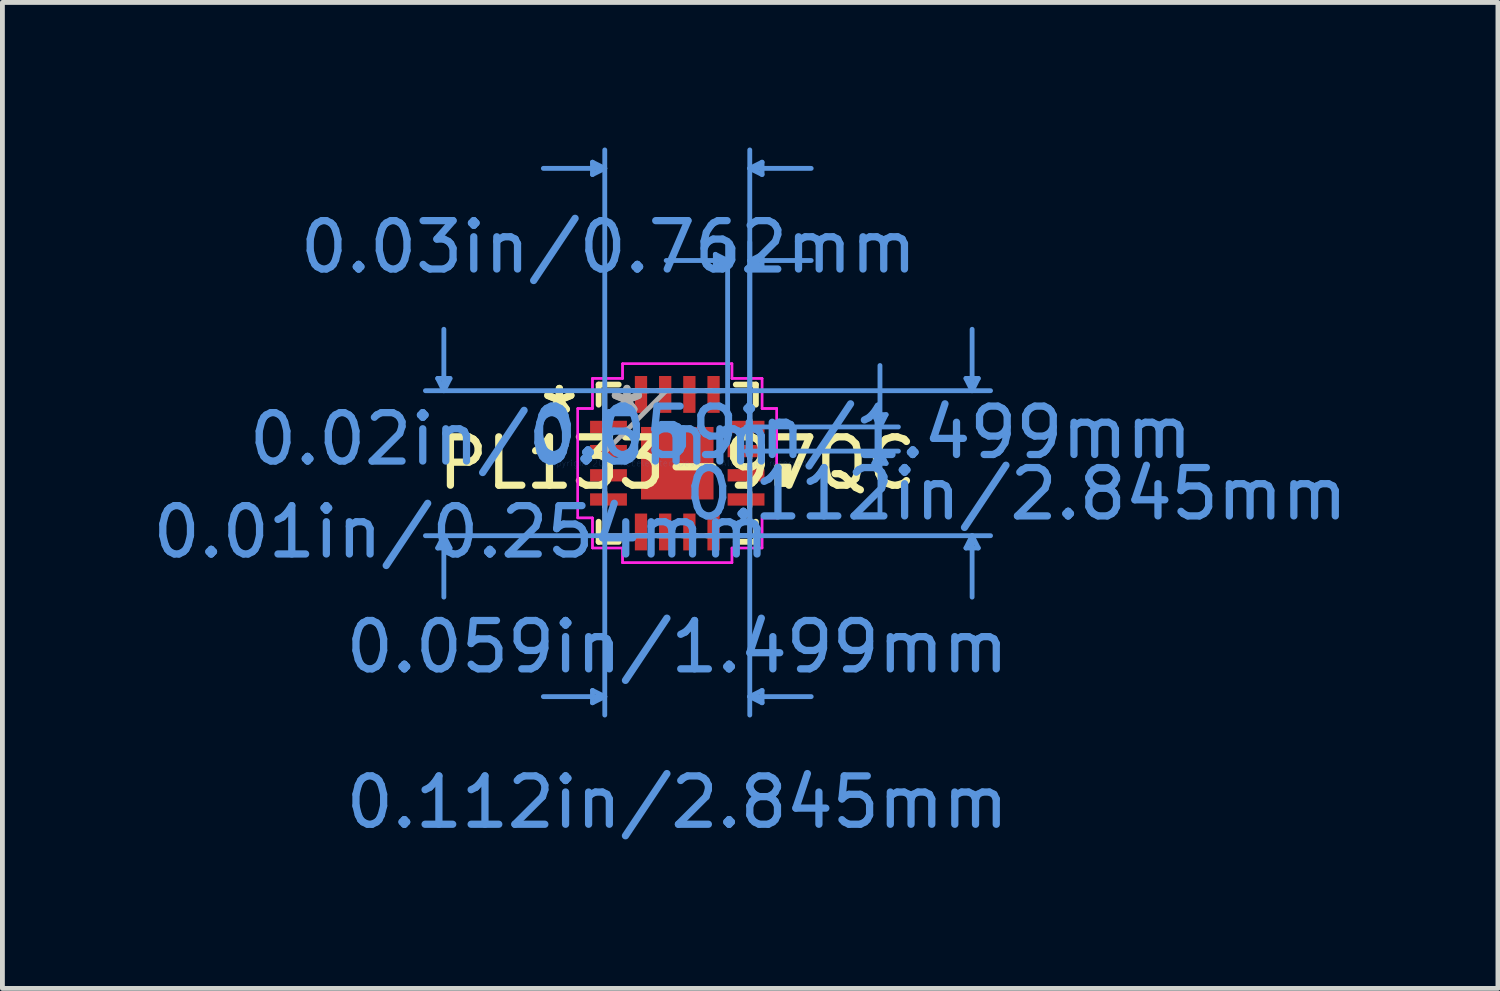
<source format=kicad_pcb>
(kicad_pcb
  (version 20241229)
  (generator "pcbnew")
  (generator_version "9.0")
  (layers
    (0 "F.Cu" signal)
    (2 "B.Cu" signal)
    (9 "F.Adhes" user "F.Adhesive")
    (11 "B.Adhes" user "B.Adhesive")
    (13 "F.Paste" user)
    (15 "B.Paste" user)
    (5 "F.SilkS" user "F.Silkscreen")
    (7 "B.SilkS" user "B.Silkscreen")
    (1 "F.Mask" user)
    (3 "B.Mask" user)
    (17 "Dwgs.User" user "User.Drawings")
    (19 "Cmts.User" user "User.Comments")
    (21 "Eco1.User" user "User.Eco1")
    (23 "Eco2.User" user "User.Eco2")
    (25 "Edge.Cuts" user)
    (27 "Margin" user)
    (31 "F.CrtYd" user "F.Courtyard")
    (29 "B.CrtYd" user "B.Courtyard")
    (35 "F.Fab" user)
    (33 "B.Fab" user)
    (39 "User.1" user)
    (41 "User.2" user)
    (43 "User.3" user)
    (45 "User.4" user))
  (footprint "PL133-97QC"
    (layer "F.Cu")
    (at 10.953 6.527)
    (property "Reference" "PL133-97QC" (at 0 0 0) (layer "F.SilkS") (effects (font (size 1 1) (thickness 0.15))))
    (attr through_hole)
    (fp_line (start -1.626 -1.626) (end -1.626 -1.21) (stroke (width 0.12) (type solid)) (layer "F.SilkS"))
    (fp_line (start -1.626 1.21) (end -1.626 1.626) (stroke (width 0.12) (type solid)) (layer "F.SilkS"))
    (fp_line (start -1.626 1.626) (end -1.21 1.626) (stroke (width 0.12) (type solid)) (layer "F.SilkS"))
    (fp_line (start -1.21 -1.626) (end -1.626 -1.626) (stroke (width 0.12) (type solid)) (layer "F.SilkS"))
    (fp_line (start 1.21 1.626) (end 1.626 1.626) (stroke (width 0.12) (type solid)) (layer "F.SilkS"))
    (fp_line (start 1.626 -1.626) (end 1.21 -1.626) (stroke (width 0.12) (type solid)) (layer "F.SilkS"))
    (fp_line (start 1.626 -1.21) (end 1.626 -1.626) (stroke (width 0.12) (type solid)) (layer "F.SilkS"))
    (fp_line (start 1.626 1.626) (end 1.626 1.21) (stroke (width 0.12) (type solid)) (layer "F.SilkS"))
    (fp_poly (pts (xy 2.311 0.059) (xy 2.311 0.441) (xy 2.057 0.441) (xy 2.057 0.059)) (stroke (width 0.1) (type solid)) (fill yes) (layer "F.SilkS"))
    (fp_line (start -4.953 -1.753) (end -4.699 -1.753) (stroke (width 0.1) (type solid)) (layer "Cmts.User"))
    (fp_line (start -4.953 1.753) (end -4.699 1.753) (stroke (width 0.1) (type solid)) (layer "Cmts.User"))
    (fp_line (start -4.826 -1.499) (end -4.953 -1.753) (stroke (width 0.1) (type solid)) (layer "Cmts.User"))
    (fp_line (start -4.826 -1.499) (end -4.826 -2.769) (stroke (width 0.1) (type solid)) (layer "Cmts.User"))
    (fp_line (start -4.826 -1.499) (end -4.699 -1.753) (stroke (width 0.1) (type solid)) (layer "Cmts.User"))
    (fp_line (start -4.826 1.499) (end -4.953 1.753) (stroke (width 0.1) (type solid)) (layer "Cmts.User"))
    (fp_line (start -4.826 1.499) (end -4.826 2.769) (stroke (width 0.1) (type solid)) (layer "Cmts.User"))
    (fp_line (start -4.826 1.499) (end -4.699 1.753) (stroke (width 0.1) (type solid)) (layer "Cmts.User"))
    (fp_line (start -1.753 -6.223) (end -1.753 -5.969) (stroke (width 0.1) (type solid)) (layer "Cmts.User"))
    (fp_line (start -1.753 4.699) (end -1.753 4.953) (stroke (width 0.1) (type solid)) (layer "Cmts.User"))
    (fp_line (start -1.499 -6.096) (end -2.769 -6.096) (stroke (width 0.1) (type solid)) (layer "Cmts.User"))
    (fp_line (start -1.499 -6.096) (end -1.753 -6.223) (stroke (width 0.1) (type solid)) (layer "Cmts.User"))
    (fp_line (start -1.499 -6.096) (end -1.753 -5.969) (stroke (width 0.1) (type solid)) (layer "Cmts.User"))
    (fp_line (start -1.499 -1.499) (end -1.499 5.207) (stroke (width 0.1) (type solid)) (layer "Cmts.User"))
    (fp_line (start -1.499 -0.75) (end -1.499 -6.477) (stroke (width 0.1) (type solid)) (layer "Cmts.User"))
    (fp_line (start -1.499 4.826) (end -2.769 4.826) (stroke (width 0.1) (type solid)) (layer "Cmts.User"))
    (fp_line (start -1.499 4.826) (end -1.753 4.699) (stroke (width 0.1) (type solid)) (layer "Cmts.User"))
    (fp_line (start -1.499 4.826) (end -1.753 4.953) (stroke (width 0.1) (type solid)) (layer "Cmts.User"))
    (fp_line (start 0.75 -1.499) (end 6.477 -1.499) (stroke (width 0.1) (type solid)) (layer "Cmts.User"))
    (fp_line (start 0.75 1.499) (end 6.477 1.499) (stroke (width 0.1) (type solid)) (layer "Cmts.User"))
    (fp_line (start 0.787 -4.318) (end 0.787 -4.064) (stroke (width 0.1) (type solid)) (layer "Cmts.User"))
    (fp_line (start 1.041 -4.191) (end -0.229 -4.191) (stroke (width 0.1) (type solid)) (layer "Cmts.User"))
    (fp_line (start 1.041 -4.191) (end 0.787 -4.318) (stroke (width 0.1) (type solid)) (layer "Cmts.User"))
    (fp_line (start 1.041 -4.191) (end 0.787 -4.064) (stroke (width 0.1) (type solid)) (layer "Cmts.User"))
    (fp_line (start 1.041 -0.75) (end 1.041 -4.572) (stroke (width 0.1) (type solid)) (layer "Cmts.User"))
    (fp_line (start 1.422 -0.75) (end 4.572 -0.75) (stroke (width 0.1) (type solid)) (layer "Cmts.User"))
    (fp_line (start 1.422 -0.25) (end 4.572 -0.25) (stroke (width 0.1) (type solid)) (layer "Cmts.User"))
    (fp_line (start 1.499 -6.096) (end 1.753 -6.223) (stroke (width 0.1) (type solid)) (layer "Cmts.User"))
    (fp_line (start 1.499 -6.096) (end 1.753 -5.969) (stroke (width 0.1) (type solid)) (layer "Cmts.User"))
    (fp_line (start 1.499 -6.096) (end 2.769 -6.096) (stroke (width 0.1) (type solid)) (layer "Cmts.User"))
    (fp_line (start 1.499 -4.191) (end 1.753 -4.318) (stroke (width 0.1) (type solid)) (layer "Cmts.User"))
    (fp_line (start 1.499 -4.191) (end 1.753 -4.064) (stroke (width 0.1) (type solid)) (layer "Cmts.User"))
    (fp_line (start 1.499 -4.191) (end 2.769 -4.191) (stroke (width 0.1) (type solid)) (layer "Cmts.User"))
    (fp_line (start 1.499 -1.499) (end -5.207 -1.499) (stroke (width 0.1) (type solid)) (layer "Cmts.User"))
    (fp_line (start 1.499 -1.499) (end 1.499 5.207) (stroke (width 0.1) (type solid)) (layer "Cmts.User"))
    (fp_line (start 1.499 -0.75) (end 1.499 -6.477) (stroke (width 0.1) (type solid)) (layer "Cmts.User"))
    (fp_line (start 1.499 -0.75) (end 1.499 -4.572) (stroke (width 0.1) (type solid)) (layer "Cmts.User"))
    (fp_line (start 1.499 1.499) (end -5.207 1.499) (stroke (width 0.1) (type solid)) (layer "Cmts.User"))
    (fp_line (start 1.499 4.826) (end 1.753 4.699) (stroke (width 0.1) (type solid)) (layer "Cmts.User"))
    (fp_line (start 1.499 4.826) (end 1.753 4.953) (stroke (width 0.1) (type solid)) (layer "Cmts.User"))
    (fp_line (start 1.499 4.826) (end 2.769 4.826) (stroke (width 0.1) (type solid)) (layer "Cmts.User"))
    (fp_line (start 1.753 -6.223) (end 1.753 -5.969) (stroke (width 0.1) (type solid)) (layer "Cmts.User"))
    (fp_line (start 1.753 -4.318) (end 1.753 -4.064) (stroke (width 0.1) (type solid)) (layer "Cmts.User"))
    (fp_line (start 1.753 4.699) (end 1.753 4.953) (stroke (width 0.1) (type solid)) (layer "Cmts.User"))
    (fp_line (start 4.064 -1.004) (end 4.318 -1.004) (stroke (width 0.1) (type solid)) (layer "Cmts.User"))
    (fp_line (start 4.064 0.004) (end 4.318 0.004) (stroke (width 0.1) (type solid)) (layer "Cmts.User"))
    (fp_line (start 4.191 -0.75) (end 4.064 -1.004) (stroke (width 0.1) (type solid)) (layer "Cmts.User"))
    (fp_line (start 4.191 -0.75) (end 4.191 -2.02) (stroke (width 0.1) (type solid)) (layer "Cmts.User"))
    (fp_line (start 4.191 -0.75) (end 4.318 -1.004) (stroke (width 0.1) (type solid)) (layer "Cmts.User"))
    (fp_line (start 4.191 -0.25) (end 4.064 0.004) (stroke (width 0.1) (type solid)) (layer "Cmts.User"))
    (fp_line (start 4.191 -0.25) (end 4.191 1.02) (stroke (width 0.1) (type solid)) (layer "Cmts.User"))
    (fp_line (start 4.191 -0.25) (end 4.318 0.004) (stroke (width 0.1) (type solid)) (layer "Cmts.User"))
    (fp_line (start 5.969 -1.753) (end 6.223 -1.753) (stroke (width 0.1) (type solid)) (layer "Cmts.User"))
    (fp_line (start 5.969 1.753) (end 6.223 1.753) (stroke (width 0.1) (type solid)) (layer "Cmts.User"))
    (fp_line (start 6.096 -1.499) (end 5.969 -1.753) (stroke (width 0.1) (type solid)) (layer "Cmts.User"))
    (fp_line (start 6.096 -1.499) (end 6.096 -2.769) (stroke (width 0.1) (type solid)) (layer "Cmts.User"))
    (fp_line (start 6.096 -1.499) (end 6.223 -1.753) (stroke (width 0.1) (type solid)) (layer "Cmts.User"))
    (fp_line (start 6.096 1.499) (end 5.969 1.753) (stroke (width 0.1) (type solid)) (layer "Cmts.User"))
    (fp_line (start 6.096 1.499) (end 6.096 2.769) (stroke (width 0.1) (type solid)) (layer "Cmts.User"))
    (fp_line (start 6.096 1.499) (end 6.223 1.753) (stroke (width 0.1) (type solid)) (layer "Cmts.User"))
    (fp_line (start -2.057 -1.131) (end -1.753 -1.131) (stroke (width 0.05) (type solid)) (layer "F.CrtYd"))
    (fp_line (start -2.057 -1.131) (end -1.753 -1.131) (stroke (width 0.05) (type solid)) (layer "F.CrtYd"))
    (fp_line (start -2.057 1.131) (end -2.057 -1.131) (stroke (width 0.05) (type solid)) (layer "F.CrtYd"))
    (fp_line (start -2.057 1.131) (end -2.057 -1.131) (stroke (width 0.05) (type solid)) (layer "F.CrtYd"))
    (fp_line (start -1.753 -1.753) (end -1.131 -1.753) (stroke (width 0.05) (type solid)) (layer "F.CrtYd"))
    (fp_line (start -1.753 -1.753) (end -1.131 -1.753) (stroke (width 0.05) (type solid)) (layer "F.CrtYd"))
    (fp_line (start -1.753 -1.131) (end -1.753 -1.753) (stroke (width 0.05) (type solid)) (layer "F.CrtYd"))
    (fp_line (start -1.753 -1.131) (end -1.753 -1.753) (stroke (width 0.05) (type solid)) (layer "F.CrtYd"))
    (fp_line (start -1.753 1.131) (end -2.057 1.131) (stroke (width 0.05) (type solid)) (layer "F.CrtYd"))
    (fp_line (start -1.753 1.131) (end -2.057 1.131) (stroke (width 0.05) (type solid)) (layer "F.CrtYd"))
    (fp_line (start -1.753 1.753) (end -1.753 1.131) (stroke (width 0.05) (type solid)) (layer "F.CrtYd"))
    (fp_line (start -1.753 1.753) (end -1.753 1.131) (stroke (width 0.05) (type solid)) (layer "F.CrtYd"))
    (fp_line (start -1.131 -2.057) (end 1.131 -2.057) (stroke (width 0.05) (type solid)) (layer "F.CrtYd"))
    (fp_line (start -1.131 -2.057) (end 1.131 -2.057) (stroke (width 0.05) (type solid)) (layer "F.CrtYd"))
    (fp_line (start -1.131 -1.753) (end -1.131 -2.057) (stroke (width 0.05) (type solid)) (layer "F.CrtYd"))
    (fp_line (start -1.131 -1.753) (end -1.131 -2.057) (stroke (width 0.05) (type solid)) (layer "F.CrtYd"))
    (fp_line (start -1.131 1.753) (end -1.753 1.753) (stroke (width 0.05) (type solid)) (layer "F.CrtYd"))
    (fp_line (start -1.131 1.753) (end -1.753 1.753) (stroke (width 0.05) (type solid)) (layer "F.CrtYd"))
    (fp_line (start -1.131 2.057) (end -1.131 1.753) (stroke (width 0.05) (type solid)) (layer "F.CrtYd"))
    (fp_line (start -1.131 2.057) (end -1.131 1.753) (stroke (width 0.05) (type solid)) (layer "F.CrtYd"))
    (fp_line (start 1.131 -2.057) (end 1.131 -1.753) (stroke (width 0.05) (type solid)) (layer "F.CrtYd"))
    (fp_line (start 1.131 -2.057) (end 1.131 -1.753) (stroke (width 0.05) (type solid)) (layer "F.CrtYd"))
    (fp_line (start 1.131 -1.753) (end 1.753 -1.753) (stroke (width 0.05) (type solid)) (layer "F.CrtYd"))
    (fp_line (start 1.131 -1.753) (end 1.753 -1.753) (stroke (width 0.05) (type solid)) (layer "F.CrtYd"))
    (fp_line (start 1.131 1.753) (end 1.131 2.057) (stroke (width 0.05) (type solid)) (layer "F.CrtYd"))
    (fp_line (start 1.131 1.753) (end 1.131 2.057) (stroke (width 0.05) (type solid)) (layer "F.CrtYd"))
    (fp_line (start 1.131 2.057) (end -1.131 2.057) (stroke (width 0.05) (type solid)) (layer "F.CrtYd"))
    (fp_line (start 1.131 2.057) (end -1.131 2.057) (stroke (width 0.05) (type solid)) (layer "F.CrtYd"))
    (fp_line (start 1.753 -1.753) (end 1.753 -1.131) (stroke (width 0.05) (type solid)) (layer "F.CrtYd"))
    (fp_line (start 1.753 -1.753) (end 1.753 -1.131) (stroke (width 0.05) (type solid)) (layer "F.CrtYd"))
    (fp_line (start 1.753 -1.131) (end 2.057 -1.131) (stroke (width 0.05) (type solid)) (layer "F.CrtYd"))
    (fp_line (start 1.753 -1.131) (end 2.057 -1.131) (stroke (width 0.05) (type solid)) (layer "F.CrtYd"))
    (fp_line (start 1.753 1.131) (end 1.753 1.753) (stroke (width 0.05) (type solid)) (layer "F.CrtYd"))
    (fp_line (start 1.753 1.131) (end 1.753 1.753) (stroke (width 0.05) (type solid)) (layer "F.CrtYd"))
    (fp_line (start 1.753 1.753) (end 1.131 1.753) (stroke (width 0.05) (type solid)) (layer "F.CrtYd"))
    (fp_line (start 1.753 1.753) (end 1.131 1.753) (stroke (width 0.05) (type solid)) (layer "F.CrtYd"))
    (fp_line (start 2.057 -1.131) (end 2.057 1.131) (stroke (width 0.05) (type solid)) (layer "F.CrtYd"))
    (fp_line (start 2.057 -1.131) (end 2.057 1.131) (stroke (width 0.05) (type solid)) (layer "F.CrtYd"))
    (fp_line (start 2.057 1.131) (end 1.753 1.131) (stroke (width 0.05) (type solid)) (layer "F.CrtYd"))
    (fp_line (start 2.057 1.131) (end 1.753 1.131) (stroke (width 0.05) (type solid)) (layer "F.CrtYd"))
    (fp_line (start -1.499 -1.499) (end -1.499 -1.499) (stroke (width 0.1) (type solid)) (layer "F.Fab"))
    (fp_line (start -1.499 -1.499) (end -1.499 1.499) (stroke (width 0.1) (type solid)) (layer "F.Fab"))
    (fp_line (start -1.499 -0.902) (end -1.499 -0.902) (stroke (width 0.1) (type solid)) (layer "F.Fab"))
    (fp_line (start -1.499 -0.902) (end -1.499 -0.598) (stroke (width 0.1) (type solid)) (layer "F.Fab"))
    (fp_line (start -1.499 -0.598) (end -1.499 -0.902) (stroke (width 0.1) (type solid)) (layer "F.Fab"))
    (fp_line (start -1.499 -0.598) (end -1.499 -0.598) (stroke (width 0.1) (type solid)) (layer "F.Fab"))
    (fp_line (start -1.499 -0.402) (end -1.499 -0.402) (stroke (width 0.1) (type solid)) (layer "F.Fab"))
    (fp_line (start -1.499 -0.402) (end -1.499 -0.098) (stroke (width 0.1) (type solid)) (layer "F.Fab"))
    (fp_line (start -1.499 -0.229) (end -0.229 -1.499) (stroke (width 0.1) (type solid)) (layer "F.Fab"))
    (fp_line (start -1.499 -0.098) (end -1.499 -0.402) (stroke (width 0.1) (type solid)) (layer "F.Fab"))
    (fp_line (start -1.499 -0.098) (end -1.499 -0.098) (stroke (width 0.1) (type solid)) (layer "F.Fab"))
    (fp_line (start -1.499 0.098) (end -1.499 0.098) (stroke (width 0.1) (type solid)) (layer "F.Fab"))
    (fp_line (start -1.499 0.098) (end -1.499 0.402) (stroke (width 0.1) (type solid)) (layer "F.Fab"))
    (fp_line (start -1.499 0.402) (end -1.499 0.098) (stroke (width 0.1) (type solid)) (layer "F.Fab"))
    (fp_line (start -1.499 0.402) (end -1.499 0.402) (stroke (width 0.1) (type solid)) (layer "F.Fab"))
    (fp_line (start -1.499 0.598) (end -1.499 0.598) (stroke (width 0.1) (type solid)) (layer "F.Fab"))
    (fp_line (start -1.499 0.598) (end -1.499 0.902) (stroke (width 0.1) (type solid)) (layer "F.Fab"))
    (fp_line (start -1.499 0.902) (end -1.499 0.598) (stroke (width 0.1) (type solid)) (layer "F.Fab"))
    (fp_line (start -1.499 0.902) (end -1.499 0.902) (stroke (width 0.1) (type solid)) (layer "F.Fab"))
    (fp_line (start -1.499 1.499) (end -1.499 1.499) (stroke (width 0.1) (type solid)) (layer "F.Fab"))
    (fp_line (start -1.499 1.499) (end 1.499 1.499) (stroke (width 0.1) (type solid)) (layer "F.Fab"))
    (fp_line (start -0.902 -1.499) (end -0.902 -1.499) (stroke (width 0.1) (type solid)) (layer "F.Fab"))
    (fp_line (start -0.902 -1.499) (end -0.598 -1.499) (stroke (width 0.1) (type solid)) (layer "F.Fab"))
    (fp_line (start -0.902 1.499) (end -0.902 1.499) (stroke (width 0.1) (type solid)) (layer "F.Fab"))
    (fp_line (start -0.902 1.499) (end -0.598 1.499) (stroke (width 0.1) (type solid)) (layer "F.Fab"))
    (fp_line (start -0.598 -1.499) (end -0.902 -1.499) (stroke (width 0.1) (type solid)) (layer "F.Fab"))
    (fp_line (start -0.598 -1.499) (end -0.598 -1.499) (stroke (width 0.1) (type solid)) (layer "F.Fab"))
    (fp_line (start -0.598 1.499) (end -0.902 1.499) (stroke (width 0.1) (type solid)) (layer "F.Fab"))
    (fp_line (start -0.598 1.499) (end -0.598 1.499) (stroke (width 0.1) (type solid)) (layer "F.Fab"))
    (fp_line (start -0.402 -1.499) (end -0.402 -1.499) (stroke (width 0.1) (type solid)) (layer "F.Fab"))
    (fp_line (start -0.402 -1.499) (end -0.098 -1.499) (stroke (width 0.1) (type solid)) (layer "F.Fab"))
    (fp_line (start -0.402 1.499) (end -0.402 1.499) (stroke (width 0.1) (type solid)) (layer "F.Fab"))
    (fp_line (start -0.402 1.499) (end -0.098 1.499) (stroke (width 0.1) (type solid)) (layer "F.Fab"))
    (fp_line (start -0.098 -1.499) (end -0.402 -1.499) (stroke (width 0.1) (type solid)) (layer "F.Fab"))
    (fp_line (start -0.098 -1.499) (end -0.098 -1.499) (stroke (width 0.1) (type solid)) (layer "F.Fab"))
    (fp_line (start -0.098 1.499) (end -0.402 1.499) (stroke (width 0.1) (type solid)) (layer "F.Fab"))
    (fp_line (start -0.098 1.499) (end -0.098 1.499) (stroke (width 0.1) (type solid)) (layer "F.Fab"))
    (fp_line (start 0.098 -1.499) (end 0.098 -1.499) (stroke (width 0.1) (type solid)) (layer "F.Fab"))
    (fp_line (start 0.098 -1.499) (end 0.402 -1.499) (stroke (width 0.1) (type solid)) (layer "F.Fab"))
    (fp_line (start 0.098 1.499) (end 0.098 1.499) (stroke (width 0.1) (type solid)) (layer "F.Fab"))
    (fp_line (start 0.098 1.499) (end 0.402 1.499) (stroke (width 0.1) (type solid)) (layer "F.Fab"))
    (fp_line (start 0.402 -1.499) (end 0.098 -1.499) (stroke (width 0.1) (type solid)) (layer "F.Fab"))
    (fp_line (start 0.402 -1.499) (end 0.402 -1.499) (stroke (width 0.1) (type solid)) (layer "F.Fab"))
    (fp_line (start 0.402 1.499) (end 0.098 1.499) (stroke (width 0.1) (type solid)) (layer "F.Fab"))
    (fp_line (start 0.402 1.499) (end 0.402 1.499) (stroke (width 0.1) (type solid)) (layer "F.Fab"))
    (fp_line (start 0.598 -1.499) (end 0.598 -1.499) (stroke (width 0.1) (type solid)) (layer "F.Fab"))
    (fp_line (start 0.598 -1.499) (end 0.902 -1.499) (stroke (width 0.1) (type solid)) (layer "F.Fab"))
    (fp_line (start 0.598 1.499) (end 0.598 1.499) (stroke (width 0.1) (type solid)) (layer "F.Fab"))
    (fp_line (start 0.598 1.499) (end 0.902 1.499) (stroke (width 0.1) (type solid)) (layer "F.Fab"))
    (fp_line (start 0.902 -1.499) (end 0.598 -1.499) (stroke (width 0.1) (type solid)) (layer "F.Fab"))
    (fp_line (start 0.902 -1.499) (end 0.902 -1.499) (stroke (width 0.1) (type solid)) (layer "F.Fab"))
    (fp_line (start 0.902 1.499) (end 0.598 1.499) (stroke (width 0.1) (type solid)) (layer "F.Fab"))
    (fp_line (start 0.902 1.499) (end 0.902 1.499) (stroke (width 0.1) (type solid)) (layer "F.Fab"))
    (fp_line (start 1.499 -1.499) (end -1.499 -1.499) (stroke (width 0.1) (type solid)) (layer "F.Fab"))
    (fp_line (start 1.499 -1.499) (end 1.499 -1.499) (stroke (width 0.1) (type solid)) (layer "F.Fab"))
    (fp_line (start 1.499 -0.902) (end 1.499 -0.902) (stroke (width 0.1) (type solid)) (layer "F.Fab"))
    (fp_line (start 1.499 -0.902) (end 1.499 -0.598) (stroke (width 0.1) (type solid)) (layer "F.Fab"))
    (fp_line (start 1.499 -0.598) (end 1.499 -0.902) (stroke (width 0.1) (type solid)) (layer "F.Fab"))
    (fp_line (start 1.499 -0.598) (end 1.499 -0.598) (stroke (width 0.1) (type solid)) (layer "F.Fab"))
    (fp_line (start 1.499 -0.402) (end 1.499 -0.402) (stroke (width 0.1) (type solid)) (layer "F.Fab"))
    (fp_line (start 1.499 -0.402) (end 1.499 -0.098) (stroke (width 0.1) (type solid)) (layer "F.Fab"))
    (fp_line (start 1.499 -0.098) (end 1.499 -0.402) (stroke (width 0.1) (type solid)) (layer "F.Fab"))
    (fp_line (start 1.499 -0.098) (end 1.499 -0.098) (stroke (width 0.1) (type solid)) (layer "F.Fab"))
    (fp_line (start 1.499 0.098) (end 1.499 0.098) (stroke (width 0.1) (type solid)) (layer "F.Fab"))
    (fp_line (start 1.499 0.098) (end 1.499 0.402) (stroke (width 0.1) (type solid)) (layer "F.Fab"))
    (fp_line (start 1.499 0.402) (end 1.499 0.098) (stroke (width 0.1) (type solid)) (layer "F.Fab"))
    (fp_line (start 1.499 0.402) (end 1.499 0.402) (stroke (width 0.1) (type solid)) (layer "F.Fab"))
    (fp_line (start 1.499 0.598) (end 1.499 0.598) (stroke (width 0.1) (type solid)) (layer "F.Fab"))
    (fp_line (start 1.499 0.598) (end 1.499 0.902) (stroke (width 0.1) (type solid)) (layer "F.Fab"))
    (fp_line (start 1.499 0.902) (end 1.499 0.598) (stroke (width 0.1) (type solid)) (layer "F.Fab"))
    (fp_line (start 1.499 0.902) (end 1.499 0.902) (stroke (width 0.1) (type solid)) (layer "F.Fab"))
    (fp_line (start 1.499 1.499) (end 1.499 -1.499) (stroke (width 0.1) (type solid)) (layer "F.Fab"))
    (fp_line (start 1.499 1.499) (end 1.499 1.499) (stroke (width 0.1) (type solid)) (layer "F.Fab"))
    (fp_text user "*" (at -2.438 -1 0) (layer "F.SilkS") (effects (font (size 1 1) (thickness 0.15))))
    (fp_text user "*" (at -2.438 -1 0) (layer "F.SilkS") (effects (font (size 1 1) (thickness 0.15))))
    (fp_text user "0.059in/1.499mm" (at 0 3.797 0) (layer "Cmts.User") (effects (font (size 1 1) (thickness 0.15))))
    (fp_text user "Copyright 2021 Accelerated Designs. All rights reserved." (at 0 0 0) (layer "Cmts.User") (effects (font (size 0.127 0.127) (thickness 0.002))))
    (fp_text user "0.03in/0.762mm" (at -1.422 -4.47 0) (layer "Cmts.User") (effects (font (size 1 1) (thickness 0.15))))
    (fp_text user "0.02in/0.5mm" (at -3.429 -0.5 0) (layer "Cmts.User") (effects (font (size 1 1) (thickness 0.15))))
    (fp_text user "0.059in/1.499mm" (at 3.797 -0.635 0) (layer "Cmts.User") (effects (font (size 1 1) (thickness 0.15))))
    (fp_text user "0.112in/2.845mm" (at 7.01 0.635 0) (layer "Cmts.User") (effects (font (size 1 1) (thickness 0.15))))
    (fp_text user "0.01in/0.254mm" (at -4.47 1.422 0) (layer "Cmts.User") (effects (font (size 1 1) (thickness 0.15))))
    (fp_text user "0.112in/2.845mm" (at 0 7.01 0) (layer "Cmts.User") (effects (font (size 1 1) (thickness 0.15))))
    (fp_text user "*" (at -1.041 -1 0) (layer "F.Fab") (effects (font (size 1 1) (thickness 0.15))))
    (fp_text user "*" (at -1.041 -1 0) (layer "F.Fab") (effects (font (size 1 1) (thickness 0.15))))
    (pad "1" smd rect (at -1.422 -0.75 90) (size 0.254 0.762) (layers "F.Cu" "F.Mask" "F.Paste"))
    (pad "2" smd rect (at -1.422 -0.25 90) (size 0.254 0.762) (layers "F.Cu" "F.Mask" "F.Paste"))
    (pad "3" smd rect (at -1.422 0.25 90) (size 0.254 0.762) (layers "F.Cu" "F.Mask" "F.Paste"))
    (pad "4" smd rect (at -1.422 0.75 90) (size 0.254 0.762) (layers "F.Cu" "F.Mask" "F.Paste"))
    (pad "5" smd rect (at -0.75 1.422) (size 0.254 0.762) (layers "F.Cu" "F.Mask" "F.Paste"))
    (pad "6" smd rect (at -0.25 1.422) (size 0.254 0.762) (layers "F.Cu" "F.Mask" "F.Paste"))
    (pad "7" smd rect (at 0.25 1.422) (size 0.254 0.762) (layers "F.Cu" "F.Mask" "F.Paste"))
    (pad "8" smd rect (at 0.75 1.422) (size 0.254 0.762) (layers "F.Cu" "F.Mask" "F.Paste"))
    (pad "9" smd rect (at 1.422 0.75 90) (size 0.254 0.762) (layers "F.Cu" "F.Mask" "F.Paste"))
    (pad "10" smd rect (at 1.422 0.25 90) (size 0.254 0.762) (layers "F.Cu" "F.Mask" "F.Paste"))
    (pad "11" smd rect (at 1.422 -0.25 90) (size 0.254 0.762) (layers "F.Cu" "F.Mask" "F.Paste"))
    (pad "12" smd rect (at 1.422 -0.75 90) (size 0.254 0.762) (layers "F.Cu" "F.Mask" "F.Paste"))
    (pad "13" smd rect (at 0.75 -1.422) (size 0.254 0.762) (layers "F.Cu" "F.Mask" "F.Paste"))
    (pad "14" smd rect (at 0.25 -1.422) (size 0.254 0.762) (layers "F.Cu" "F.Mask" "F.Paste"))
    (pad "15" smd rect (at -0.25 -1.422) (size 0.254 0.762) (layers "F.Cu" "F.Mask" "F.Paste"))
    (pad "16" smd rect (at -0.75 -1.422) (size 0.254 0.762) (layers "F.Cu" "F.Mask" "F.Paste"))
    (pad "17" smd rect (at 0 0) (size 1.499 1.499) (layers "F.Cu" "F.Mask" "F.Paste")))
  (gr_rect
    (start -3 -3)
    (end 27.921 17.386)
    (stroke (width 0.1) (type default))
    (fill no)
    (layer "Edge.Cuts")))
</source>
